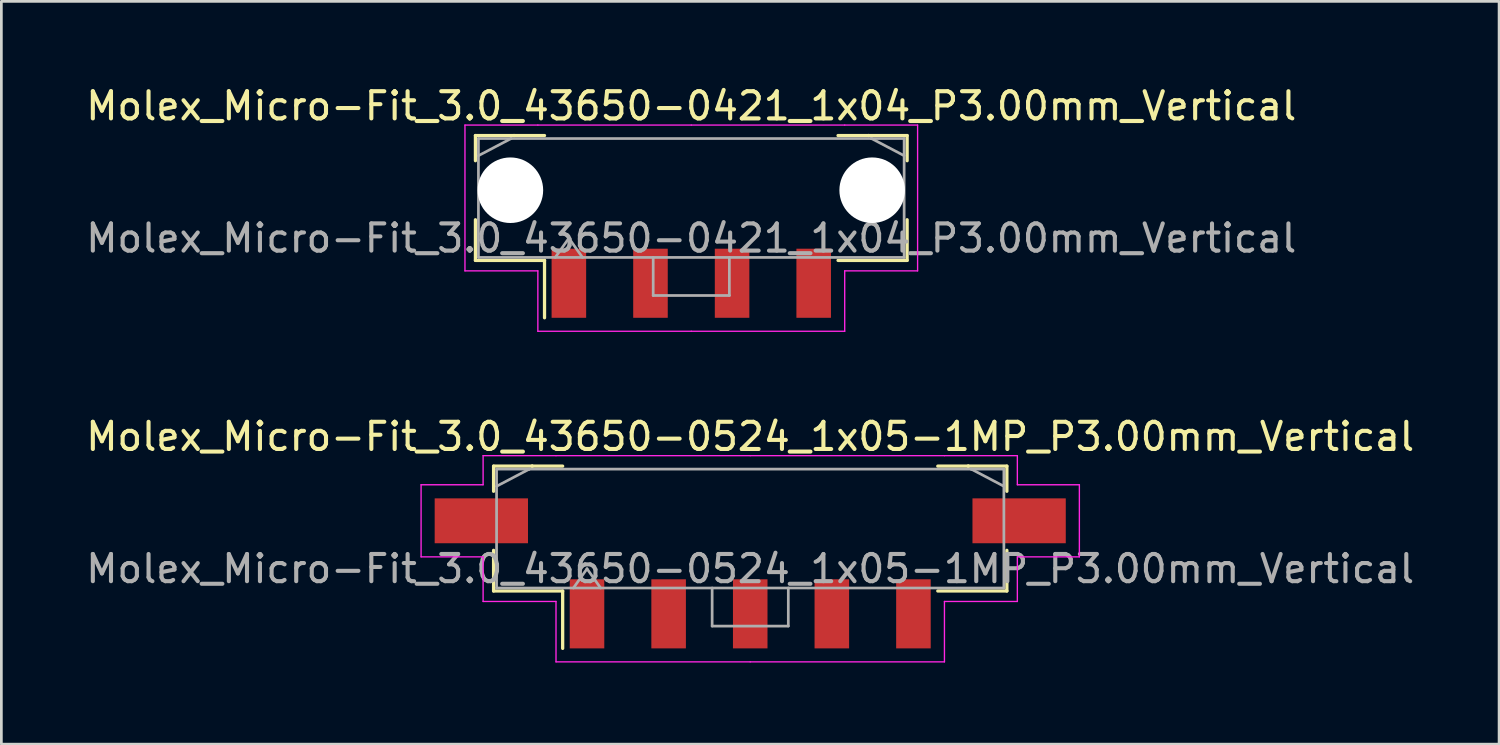
<source format=kicad_pcb>
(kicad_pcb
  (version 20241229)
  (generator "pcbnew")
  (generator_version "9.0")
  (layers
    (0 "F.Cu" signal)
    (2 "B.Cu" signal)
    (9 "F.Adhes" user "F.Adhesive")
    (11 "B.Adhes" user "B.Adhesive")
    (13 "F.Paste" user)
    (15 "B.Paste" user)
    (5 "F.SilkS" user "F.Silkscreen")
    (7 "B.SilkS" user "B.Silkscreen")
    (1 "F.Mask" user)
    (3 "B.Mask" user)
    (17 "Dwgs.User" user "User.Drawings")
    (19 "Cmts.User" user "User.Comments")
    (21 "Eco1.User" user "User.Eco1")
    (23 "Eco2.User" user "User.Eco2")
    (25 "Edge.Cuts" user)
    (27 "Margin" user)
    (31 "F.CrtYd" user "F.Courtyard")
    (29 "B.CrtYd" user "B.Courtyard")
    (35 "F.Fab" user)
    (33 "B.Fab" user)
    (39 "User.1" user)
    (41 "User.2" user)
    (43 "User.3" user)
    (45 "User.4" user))
  (footprint "Molex_Micro-Fit_3.0_43650-0421_1x04_P3.00mm_Vertical"
    (layer "F.Cu")
    (at 22.363 4.228)
    (property "Reference" "Molex_Micro-Fit_3.0_43650-0421_1x04_P3.00mm_Vertical" (at 0 -3.38 0) (layer "F.SilkS") (effects (font (size 1 1) (thickness 0.15))))
    (attr smd)
    (fp_line (start -7.935 -2.295) (end -6.515 -2.295) (stroke (width 0.12) (type solid)) (layer "F.SilkS"))
    (fp_line (start -7.935 -1.37) (end -7.935 -2.295) (stroke (width 0.12) (type solid)) (layer "F.SilkS"))
    (fp_line (start -7.935 0.8) (end -7.935 2.295) (stroke (width 0.12) (type solid)) (layer "F.SilkS"))
    (fp_line (start -7.935 2.295) (end -5.395 2.295) (stroke (width 0.12) (type solid)) (layer "F.SilkS"))
    (fp_line (start -6.515 -2.295) (end -6.515 -2.295) (stroke (width 0.12) (type solid)) (layer "F.SilkS"))
    (fp_line (start -6.515 -2.295) (end -5.395 -2.295) (stroke (width 0.12) (type solid)) (layer "F.SilkS"))
    (fp_line (start -5.395 2.295) (end -5.395 4.405) (stroke (width 0.12) (type solid)) (layer "F.SilkS"))
    (fp_line (start 6.515 -2.295) (end 5.395 -2.295) (stroke (width 0.12) (type solid)) (layer "F.SilkS"))
    (fp_line (start 6.515 -2.295) (end 6.515 -2.295) (stroke (width 0.12) (type solid)) (layer "F.SilkS"))
    (fp_line (start 7.935 -2.295) (end 6.515 -2.295) (stroke (width 0.12) (type solid)) (layer "F.SilkS"))
    (fp_line (start 7.935 -1.37) (end 7.935 -2.295) (stroke (width 0.12) (type solid)) (layer "F.SilkS"))
    (fp_line (start 7.935 0.8) (end 7.935 2.295) (stroke (width 0.12) (type solid)) (layer "F.SilkS"))
    (fp_line (start 7.935 2.295) (end 5.395 2.295) (stroke (width 0.12) (type solid)) (layer "F.SilkS"))
    (fp_line (start -8.32 -2.68) (end -8.32 2.68) (stroke (width 0.05) (type solid)) (layer "F.CrtYd"))
    (fp_line (start -8.32 2.68) (end -5.64 2.68) (stroke (width 0.05) (type solid)) (layer "F.CrtYd"))
    (fp_line (start -5.64 -2.68) (end -8.32 -2.68) (stroke (width 0.05) (type solid)) (layer "F.CrtYd"))
    (fp_line (start -5.64 2.68) (end -5.64 4.9) (stroke (width 0.05) (type solid)) (layer "F.CrtYd"))
    (fp_line (start -5.64 4.9) (end 0 4.9) (stroke (width 0.05) (type solid)) (layer "F.CrtYd"))
    (fp_line (start 0 -2.68) (end -5.64 -2.68) (stroke (width 0.05) (type solid)) (layer "F.CrtYd"))
    (fp_line (start 0 -2.68) (end 5.64 -2.68) (stroke (width 0.05) (type solid)) (layer "F.CrtYd"))
    (fp_line (start 5.64 -2.68) (end 8.32 -2.68) (stroke (width 0.05) (type solid)) (layer "F.CrtYd"))
    (fp_line (start 5.64 2.68) (end 5.64 4.9) (stroke (width 0.05) (type solid)) (layer "F.CrtYd"))
    (fp_line (start 5.64 4.9) (end 0 4.9) (stroke (width 0.05) (type solid)) (layer "F.CrtYd"))
    (fp_line (start 8.32 -2.68) (end 8.32 2.68) (stroke (width 0.05) (type solid)) (layer "F.CrtYd"))
    (fp_line (start 8.32 2.68) (end 5.64 2.68) (stroke (width 0.05) (type solid)) (layer "F.CrtYd"))
    (fp_line (start -7.825 -2.185) (end -7.825 2.185) (stroke (width 0.1) (type solid)) (layer "F.Fab"))
    (fp_line (start -7.825 -1.555) (end -6.625 -2.185) (stroke (width 0.1) (type solid)) (layer "F.Fab"))
    (fp_line (start -7.825 2.185) (end 7.825 2.185) (stroke (width 0.1) (type solid)) (layer "F.Fab"))
    (fp_line (start -6.625 -2.185) (end -7.825 -2.185) (stroke (width 0.1) (type solid)) (layer "F.Fab"))
    (fp_line (start -6.625 -2.185) (end -6.625 -2.185) (stroke (width 0.1) (type solid)) (layer "F.Fab"))
    (fp_line (start -5 2.185) (end -4.5 1.478) (stroke (width 0.1) (type solid)) (layer "F.Fab"))
    (fp_line (start -4.5 1.478) (end -4 2.185) (stroke (width 0.1) (type solid)) (layer "F.Fab"))
    (fp_line (start -1.4 2.185) (end -1.4 3.585) (stroke (width 0.1) (type solid)) (layer "F.Fab"))
    (fp_line (start -1.4 3.585) (end 1.4 3.585) (stroke (width 0.1) (type solid)) (layer "F.Fab"))
    (fp_line (start 1.4 3.585) (end 1.4 2.185) (stroke (width 0.1) (type solid)) (layer "F.Fab"))
    (fp_line (start 6.625 -2.185) (end -6.625 -2.185) (stroke (width 0.1) (type solid)) (layer "F.Fab"))
    (fp_line (start 6.625 -2.185) (end 6.625 -2.185) (stroke (width 0.1) (type solid)) (layer "F.Fab"))
    (fp_line (start 7.825 -2.185) (end 6.625 -2.185) (stroke (width 0.1) (type solid)) (layer "F.Fab"))
    (fp_line (start 7.825 -1.555) (end 6.625 -2.185) (stroke (width 0.1) (type solid)) (layer "F.Fab"))
    (fp_line (start 7.825 2.185) (end 7.825 -2.185) (stroke (width 0.1) (type solid)) (layer "F.Fab"))
    (fp_text user "${REFERENCE}" (at 0 1.48 0) (layer "F.Fab") (effects (font (size 1 1) (thickness 0.15))))
    (pad "" np_thru_hole circle (at -6.65 -0.285) (size 2.41 2.41) (drill 2.41) (layers "*.Cu" "*.Mask"))
    (pad "" np_thru_hole circle (at 6.65 -0.285) (size 2.41 2.41) (drill 2.41) (layers "*.Cu" "*.Mask"))
    (pad "1" smd rect (at -4.5 3.135) (size 1.27 2.54) (layers "F.Cu" "F.Mask" "F.Paste"))
    (pad "2" smd rect (at -1.5 3.135) (size 1.27 2.54) (layers "F.Cu" "F.Mask" "F.Paste"))
    (pad "3" smd rect (at 1.5 3.135) (size 1.27 2.54) (layers "F.Cu" "F.Mask" "F.Paste"))
    (pad "4" smd rect (at 4.5 3.135) (size 1.27 2.54) (layers "F.Cu" "F.Mask" "F.Paste")))
  (footprint "Molex_Micro-Fit_3.0_43650-0524_1x05-1MP_P3.00mm_Vertical"
    (layer "F.Cu")
    (at 24.53 16.381)
    (property "Reference" "Molex_Micro-Fit_3.0_43650-0524_1x05-1MP_P3.00mm_Vertical" (at 0 -3.38 0) (layer "F.SilkS") (effects (font (size 1 1) (thickness 0.15))))
    (attr smd)
    (fp_line (start -9.435 -2.295) (end -8.015 -2.295) (stroke (width 0.12) (type solid)) (layer "F.SilkS"))
    (fp_line (start -9.435 -1.37) (end -9.435 -2.295) (stroke (width 0.12) (type solid)) (layer "F.SilkS"))
    (fp_line (start -9.435 0.8) (end -9.435 2.295) (stroke (width 0.12) (type solid)) (layer "F.SilkS"))
    (fp_line (start -9.435 2.295) (end -6.895 2.295) (stroke (width 0.12) (type solid)) (layer "F.SilkS"))
    (fp_line (start -8.015 -2.295) (end -8.015 -2.295) (stroke (width 0.12) (type solid)) (layer "F.SilkS"))
    (fp_line (start -8.015 -2.295) (end -6.895 -2.295) (stroke (width 0.12) (type solid)) (layer "F.SilkS"))
    (fp_line (start -6.895 2.295) (end -6.895 4.405) (stroke (width 0.12) (type solid)) (layer "F.SilkS"))
    (fp_line (start 8.015 -2.295) (end 6.895 -2.295) (stroke (width 0.12) (type solid)) (layer "F.SilkS"))
    (fp_line (start 8.015 -2.295) (end 8.015 -2.295) (stroke (width 0.12) (type solid)) (layer "F.SilkS"))
    (fp_line (start 9.435 -2.295) (end 8.015 -2.295) (stroke (width 0.12) (type solid)) (layer "F.SilkS"))
    (fp_line (start 9.435 -1.37) (end 9.435 -2.295) (stroke (width 0.12) (type solid)) (layer "F.SilkS"))
    (fp_line (start 9.435 0.8) (end 9.435 2.295) (stroke (width 0.12) (type solid)) (layer "F.SilkS"))
    (fp_line (start 9.435 2.295) (end 6.895 2.295) (stroke (width 0.12) (type solid)) (layer "F.SilkS"))
    (fp_line (start -12.1 -1.61) (end -12.1 1.04) (stroke (width 0.05) (type solid)) (layer "F.CrtYd"))
    (fp_line (start -12.1 1.04) (end -9.82 1.04) (stroke (width 0.05) (type solid)) (layer "F.CrtYd"))
    (fp_line (start -9.82 -2.68) (end -9.82 -1.61) (stroke (width 0.05) (type solid)) (layer "F.CrtYd"))
    (fp_line (start -9.82 -1.61) (end -12.1 -1.61) (stroke (width 0.05) (type solid)) (layer "F.CrtYd"))
    (fp_line (start -9.82 1.04) (end -9.82 2.68) (stroke (width 0.05) (type solid)) (layer "F.CrtYd"))
    (fp_line (start -9.82 2.68) (end -7.14 2.68) (stroke (width 0.05) (type solid)) (layer "F.CrtYd"))
    (fp_line (start -7.14 -2.68) (end -9.82 -2.68) (stroke (width 0.05) (type solid)) (layer "F.CrtYd"))
    (fp_line (start -7.14 2.68) (end -7.14 4.9) (stroke (width 0.05) (type solid)) (layer "F.CrtYd"))
    (fp_line (start -7.14 4.9) (end 0 4.9) (stroke (width 0.05) (type solid)) (layer "F.CrtYd"))
    (fp_line (start 0 -2.68) (end -7.14 -2.68) (stroke (width 0.05) (type solid)) (layer "F.CrtYd"))
    (fp_line (start 0 -2.68) (end 7.14 -2.68) (stroke (width 0.05) (type solid)) (layer "F.CrtYd"))
    (fp_line (start 7.14 -2.68) (end 9.82 -2.68) (stroke (width 0.05) (type solid)) (layer "F.CrtYd"))
    (fp_line (start 7.14 2.68) (end 7.14 4.9) (stroke (width 0.05) (type solid)) (layer "F.CrtYd"))
    (fp_line (start 7.14 4.9) (end 0 4.9) (stroke (width 0.05) (type solid)) (layer "F.CrtYd"))
    (fp_line (start 9.82 -2.68) (end 9.82 -1.61) (stroke (width 0.05) (type solid)) (layer "F.CrtYd"))
    (fp_line (start 9.82 -1.61) (end 12.1 -1.61) (stroke (width 0.05) (type solid)) (layer "F.CrtYd"))
    (fp_line (start 9.82 1.04) (end 9.82 2.68) (stroke (width 0.05) (type solid)) (layer "F.CrtYd"))
    (fp_line (start 9.82 2.68) (end 7.14 2.68) (stroke (width 0.05) (type solid)) (layer "F.CrtYd"))
    (fp_line (start 12.1 -1.61) (end 12.1 1.04) (stroke (width 0.05) (type solid)) (layer "F.CrtYd"))
    (fp_line (start 12.1 1.04) (end 9.82 1.04) (stroke (width 0.05) (type solid)) (layer "F.CrtYd"))
    (fp_line (start -9.325 -2.185) (end -9.325 2.185) (stroke (width 0.1) (type solid)) (layer "F.Fab"))
    (fp_line (start -9.325 -1.555) (end -8.125 -2.185) (stroke (width 0.1) (type solid)) (layer "F.Fab"))
    (fp_line (start -9.325 2.185) (end 9.325 2.185) (stroke (width 0.1) (type solid)) (layer "F.Fab"))
    (fp_line (start -8.125 -2.185) (end -9.325 -2.185) (stroke (width 0.1) (type solid)) (layer "F.Fab"))
    (fp_line (start -8.125 -2.185) (end -8.125 -2.185) (stroke (width 0.1) (type solid)) (layer "F.Fab"))
    (fp_line (start -6.5 2.185) (end -6 1.478) (stroke (width 0.1) (type solid)) (layer "F.Fab"))
    (fp_line (start -6 1.478) (end -5.5 2.185) (stroke (width 0.1) (type solid)) (layer "F.Fab"))
    (fp_line (start -1.4 2.185) (end -1.4 3.585) (stroke (width 0.1) (type solid)) (layer "F.Fab"))
    (fp_line (start -1.4 3.585) (end 1.4 3.585) (stroke (width 0.1) (type solid)) (layer "F.Fab"))
    (fp_line (start 1.4 3.585) (end 1.4 2.185) (stroke (width 0.1) (type solid)) (layer "F.Fab"))
    (fp_line (start 8.125 -2.185) (end -8.125 -2.185) (stroke (width 0.1) (type solid)) (layer "F.Fab"))
    (fp_line (start 8.125 -2.185) (end 8.125 -2.185) (stroke (width 0.1) (type solid)) (layer "F.Fab"))
    (fp_line (start 9.325 -2.185) (end 8.125 -2.185) (stroke (width 0.1) (type solid)) (layer "F.Fab"))
    (fp_line (start 9.325 -1.555) (end 8.125 -2.185) (stroke (width 0.1) (type solid)) (layer "F.Fab"))
    (fp_line (start 9.325 2.185) (end 9.325 -2.185) (stroke (width 0.1) (type solid)) (layer "F.Fab"))
    (fp_text user "${REFERENCE}" (at 0 1.48 0) (layer "F.Fab") (effects (font (size 1 1) (thickness 0.15))))
    (pad "1" smd rect (at -6 3.135) (size 1.27 2.54) (layers "F.Cu" "F.Mask" "F.Paste"))
    (pad "2" smd rect (at -3 3.135) (size 1.27 2.54) (layers "F.Cu" "F.Mask" "F.Paste"))
    (pad "3" smd rect (at 0 3.135) (size 1.27 2.54) (layers "F.Cu" "F.Mask" "F.Paste"))
    (pad "4" smd rect (at 3 3.135) (size 1.27 2.54) (layers "F.Cu" "F.Mask" "F.Paste"))
    (pad "5" smd rect (at 6 3.135) (size 1.27 2.54) (layers "F.Cu" "F.Mask" "F.Paste"))
    (pad "MP" smd rect (at -9.885 -0.285) (size 3.43 1.65) (layers "F.Cu" "F.Mask" "F.Paste"))
    (pad "MP" smd rect (at 9.885 -0.285) (size 3.43 1.65) (layers "F.Cu" "F.Mask" "F.Paste")))
  (gr_rect
    (start -3 -3)
    (end 52.06 24.306)
    (stroke (width 0.1) (type default))
    (fill no)
    (layer "Edge.Cuts")))
</source>
